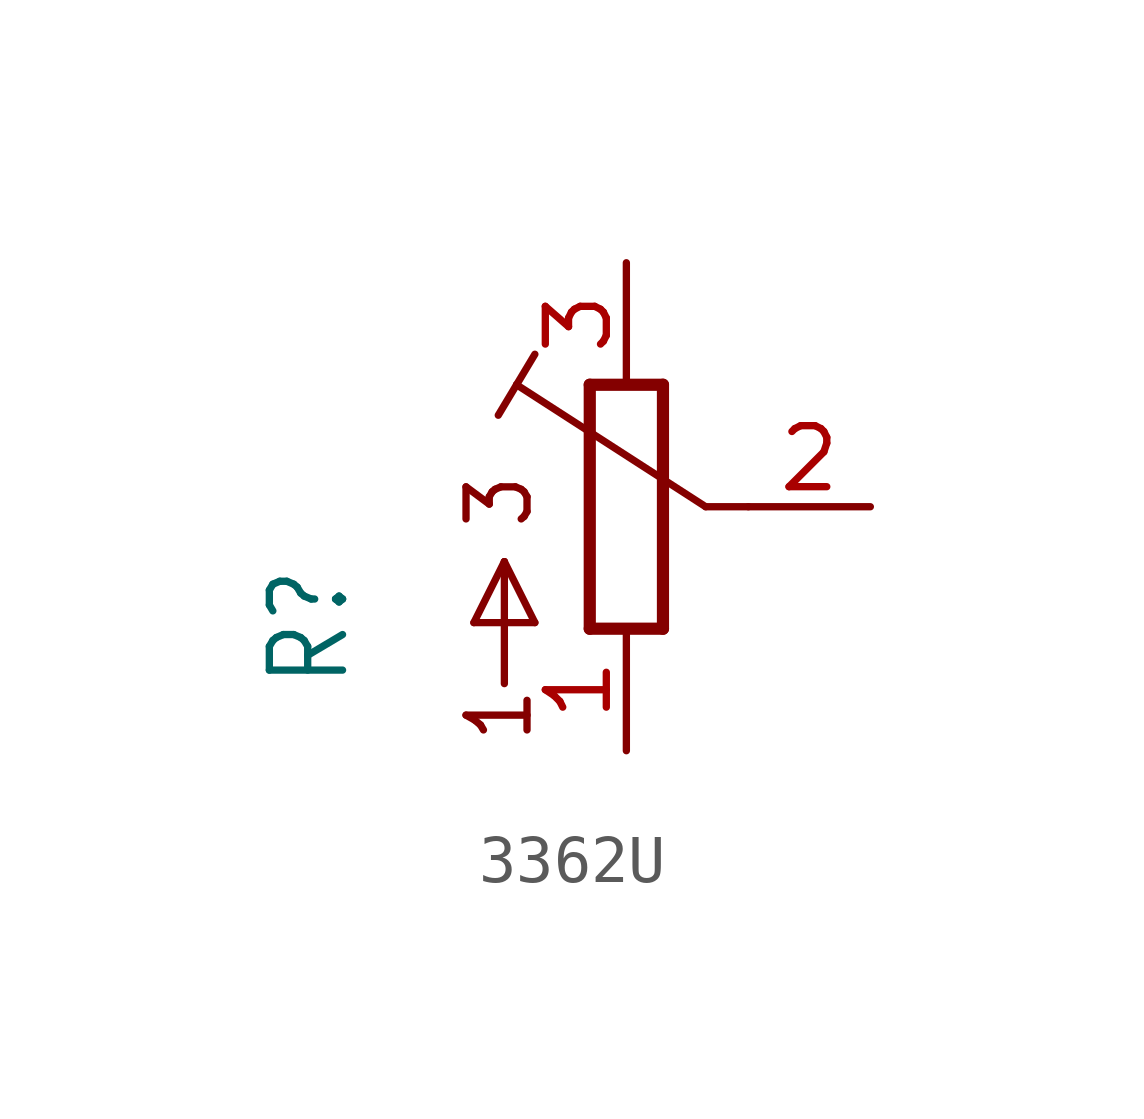
<source format=kicad_sym>
(kicad_symbol_lib
  (version 20220914)
  (generator kicad_symbol_editor)
  (symbol "3362U"
    (property "Reference" "R"
      (at -5.715 -3.81 90)
      (effects (font (size 1.524 1.295)) (justify left bottom)))
    (property "Value" ""
      (at -3.81 -3.81 90)
      (effects (font (size 1.524 1.295)) (justify left bottom)))
    (property "ki_locked" ""
      (at 0 0 0)
      (effects (font (size 1.27 1.27))))
    (symbol "3362U_1_0"
      (polyline (pts (xy -3.175 -2.413) (xy -1.905 -2.413)) (stroke (width 0.152) (type solid)) (fill (type none)))
      (polyline (pts (xy -2.667 1.905) (xy -2.286 2.54)) (stroke (width 0.152) (type solid)) (fill (type none)))
      (polyline (pts (xy -2.54 -3.683) (xy -2.54 -1.143)) (stroke (width 0.152) (type solid)) (fill (type none)))
      (polyline (pts (xy -2.54 -1.143) (xy -3.175 -2.413)) (stroke (width 0.152) (type solid)) (fill (type none)))
      (polyline (pts (xy -2.286 2.54) (xy -1.905 3.175)) (stroke (width 0.152) (type solid)) (fill (type none)))
      (polyline (pts (xy -1.905 -2.413) (xy -2.54 -1.143)) (stroke (width 0.152) (type solid)) (fill (type none)))
      (polyline (pts (xy -0.762 -2.54) (xy 0.762 -2.54)) (stroke (width 0.254) (type solid)) (fill (type none)))
      (polyline (pts (xy -0.762 2.54) (xy -0.762 -2.54)) (stroke (width 0.254) (type solid)) (fill (type none)))
      (polyline (pts (xy 0.762 -2.54) (xy 0.762 2.54)) (stroke (width 0.254) (type solid)) (fill (type none)))
      (polyline (pts (xy 0.762 2.54) (xy -0.762 2.54)) (stroke (width 0.254) (type solid)) (fill (type none)))
      (polyline (pts (xy 1.651 0) (xy -2.286 2.54)) (stroke (width 0.152) (type solid)) (fill (type none)))
      (polyline (pts (xy 2.54 0) (xy 1.651 0)) (stroke (width 0.152) (type solid)) (fill (type none)))
      (text "1" (at -1.905 -4.953 900) (effects (font (size 1.27 1.079)) (justify left bottom)))
      (text "3" (at -1.905 -0.508 900) (effects (font (size 1.27 1.079)) (justify left bottom)))
      (pin passive line (at 0 -5.08 90) (length 2.54) (name "1" (effects (font (size 0 0)))) (number "1" (effects (font (size 1.27 1.27)))))
      (pin passive line (at 5.08 0 180) (length 2.54) (name "2" (effects (font (size 0 0)))) (number "2" (effects (font (size 1.27 1.27)))))
      (pin passive line (at 0 5.08 270) (length 2.54) (name "3" (effects (font (size 0 0)))) (number "3" (effects (font (size 1.27 1.27))))))))
</source>
